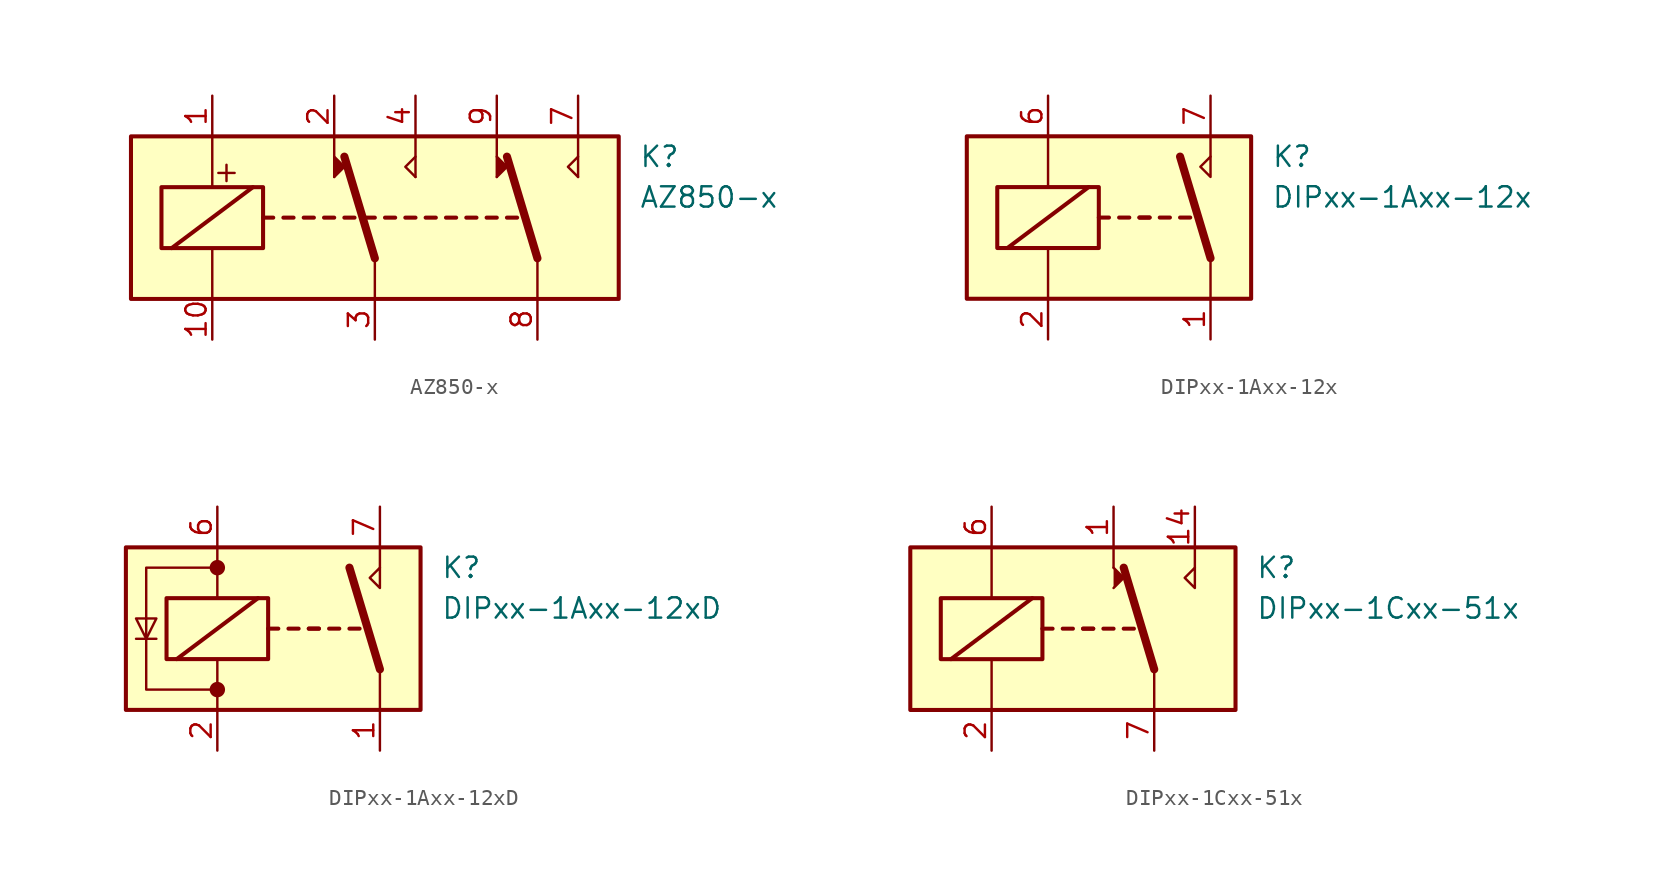
<source format=kicad_sym>
(kicad_symbol_lib
  (version 20201005)
  (generator kicad_symbol_editor)
  (symbol "AZ850-x"
    (pin_names
      (offset 1.016))
    (property "Reference" "K"
      (at 16.51 3.81 0)
      (effects (font (size 1.27 1.27)) (justify left)))
    (property "Value" "AZ850-x"
      (at 16.51 1.27 0)
      (effects (font (size 1.27 1.27)) (justify left)))
    (symbol "AZ850-x_0_1"
      (rectangle (start -15.24 5.08) (end 15.24 -5.08) (stroke (width 0.254)) (fill (type background)))
      (rectangle (start -13.335 1.905) (end -6.985 -1.905) (stroke (width 0.254)) (fill (type none)))
      (polyline (pts (xy -12.7 -1.905) (xy -7.62 1.905)) (stroke (width 0.254)) (fill (type none)))
      (polyline (pts (xy -10.16 -5.08) (xy -10.16 -1.905)) (stroke (width 0)) (fill (type none)))
      (polyline (pts (xy -10.16 5.08) (xy -10.16 1.905)) (stroke (width 0)) (fill (type none)))
      (polyline (pts (xy -9.779 2.794) (xy -8.763 2.794)) (stroke (width 0)) (fill (type none)))
      (polyline (pts (xy -9.271 3.302) (xy -9.271 2.286)) (stroke (width 0)) (fill (type none)))
      (polyline (pts (xy -6.985 0) (xy -6.35 0)) (stroke (width 0.254)) (fill (type none)))
      (polyline (pts (xy -5.715 0) (xy -5.08 0)) (stroke (width 0.254)) (fill (type none)))
      (polyline (pts (xy -4.445 0) (xy -3.81 0)) (stroke (width 0.254)) (fill (type none)))
      (polyline (pts (xy -3.175 0) (xy -2.54 0)) (stroke (width 0.254)) (fill (type none)))
      (polyline (pts (xy -2.54 2.54) (xy -2.54 5.08)) (stroke (width 0)) (fill (type none)))
      (polyline (pts (xy -1.905 0) (xy -1.27 0)) (stroke (width 0.254)) (fill (type none)))
      (polyline (pts (xy -0.635 0) (xy 0 0)) (stroke (width 0.254)) (fill (type none)))
      (polyline (pts (xy 0 -2.54) (xy -1.905 3.81)) (stroke (width 0.508)) (fill (type none)))
      (polyline (pts (xy 0 -2.54) (xy 0 -5.08)) (stroke (width 0)) (fill (type none)))
      (polyline (pts (xy 0.635 0) (xy 1.27 0)) (stroke (width 0.254)) (fill (type none)))
      (polyline (pts (xy 1.905 0) (xy 2.54 0)) (stroke (width 0.254)) (fill (type none)))
      (polyline (pts (xy 2.54 2.54) (xy 2.54 5.08)) (stroke (width 0)) (fill (type none)))
      (polyline (pts (xy 3.175 0) (xy 3.81 0)) (stroke (width 0.254)) (fill (type none)))
      (polyline (pts (xy 4.445 0) (xy 5.08 0)) (stroke (width 0.254)) (fill (type none)))
      (polyline (pts (xy 5.715 0) (xy 6.35 0)) (stroke (width 0.254)) (fill (type none)))
      (polyline (pts (xy 6.985 0) (xy 7.62 0)) (stroke (width 0.254)) (fill (type none)))
      (polyline (pts (xy 7.62 2.54) (xy 7.62 5.08)) (stroke (width 0)) (fill (type none)))
      (polyline (pts (xy 8.255 0) (xy 8.89 0)) (stroke (width 0.254)) (fill (type none)))
      (polyline (pts (xy 10.16 -2.54) (xy 8.255 3.81)) (stroke (width 0.508)) (fill (type none)))
      (polyline (pts (xy 10.16 -2.54) (xy 10.16 -5.08)) (stroke (width 0)) (fill (type none)))
      (polyline (pts (xy 12.7 2.54) (xy 12.7 5.08)) (stroke (width 0)) (fill (type none)))
      (polyline (pts (xy -2.54 2.54) (xy -1.905 3.175) (xy -2.54 3.81)) (stroke (width 0)) (fill (type outline)))
      (polyline (pts (xy 2.54 2.54) (xy 1.905 3.175) (xy 2.54 3.81)) (stroke (width 0)) (fill (type none)))
      (polyline (pts (xy 7.62 2.54) (xy 8.255 3.175) (xy 7.62 3.81)) (stroke (width 0)) (fill (type outline)))
      (polyline (pts (xy 12.7 2.54) (xy 12.065 3.175) (xy 12.7 3.81)) (stroke (width 0)) (fill (type none))))
    (symbol "AZ850-x_1_1"
      (pin passive line (at -10.16 7.62 270) (length 2.54) (name "~" (effects (font (size 1.27 1.27)))) (number "1" (effects (font (size 1.27 1.27)))))
      (pin passive line (at -10.16 -7.62 90) (length 2.54) (name "~" (effects (font (size 1.27 1.27)))) (number "10" (effects (font (size 1.27 1.27)))))
      (pin passive line (at -2.54 7.62 270) (length 2.54) (name "~" (effects (font (size 1.27 1.27)))) (number "2" (effects (font (size 1.27 1.27)))))
      (pin passive line (at 0 -7.62 90) (length 2.54) (name "~" (effects (font (size 1.27 1.27)))) (number "3" (effects (font (size 1.27 1.27)))))
      (pin passive line (at 2.54 7.62 270) (length 2.54) (name "~" (effects (font (size 1.27 1.27)))) (number "4" (effects (font (size 1.27 1.27)))))
      (pin passive line (at 12.7 7.62 270) (length 2.54) (name "~" (effects (font (size 1.27 1.27)))) (number "7" (effects (font (size 1.27 1.27)))))
      (pin passive line (at 10.16 -7.62 90) (length 2.54) (name "~" (effects (font (size 1.27 1.27)))) (number "8" (effects (font (size 1.27 1.27)))))
      (pin passive line (at 7.62 7.62 270) (length 2.54) (name "~" (effects (font (size 1.27 1.27)))) (number "9" (effects (font (size 1.27 1.27)))))))
  (symbol "DIPxx-1Axx-12x"
    (pin_names
      (offset 1.016))
    (property "Reference" "K"
      (at 8.89 3.81 0)
      (effects (font (size 1.27 1.27)) (justify left)))
    (property "Value" "DIPxx-1Axx-12x"
      (at 8.89 1.27 0)
      (effects (font (size 1.27 1.27)) (justify left)))
    (symbol "DIPxx-1Axx-12x_0_0"
      (polyline (pts (xy 5.08 3.81) (xy 5.08 5.08)) (stroke (width 0)) (fill (type none)))
      (polyline (pts (xy 5.08 3.81) (xy 5.08 2.54) (xy 4.445 3.175) (xy 5.08 3.81)) (stroke (width 0)) (fill (type none))))
    (symbol "DIPxx-1Axx-12x_0_1"
      (rectangle (start -10.16 5.08) (end 7.62 -5.08) (stroke (width 0.254)) (fill (type background)))
      (rectangle (start -8.255 1.905) (end -1.905 -1.905) (stroke (width 0.254)) (fill (type none)))
      (polyline (pts (xy -7.62 -1.905) (xy -2.54 1.905)) (stroke (width 0.254)) (fill (type none)))
      (polyline (pts (xy -5.08 -5.08) (xy -5.08 -1.905)) (stroke (width 0)) (fill (type none)))
      (polyline (pts (xy -5.08 5.08) (xy -5.08 1.905)) (stroke (width 0)) (fill (type none)))
      (polyline (pts (xy -1.905 0) (xy -1.27 0)) (stroke (width 0.254)) (fill (type none)))
      (polyline (pts (xy -0.635 0) (xy 0 0)) (stroke (width 0.254)) (fill (type none)))
      (polyline (pts (xy 0.635 0) (xy 1.27 0)) (stroke (width 0.254)) (fill (type none)))
      (polyline (pts (xy 0.635 0) (xy 1.27 0)) (stroke (width 0.254)) (fill (type none)))
      (polyline (pts (xy 1.905 0) (xy 2.54 0)) (stroke (width 0.254)) (fill (type none)))
      (polyline (pts (xy 3.175 0) (xy 3.81 0)) (stroke (width 0.254)) (fill (type none)))
      (polyline (pts (xy 5.08 -2.54) (xy 3.175 3.81)) (stroke (width 0.508)) (fill (type none)))
      (polyline (pts (xy 5.08 -2.54) (xy 5.08 -5.08)) (stroke (width 0)) (fill (type none))))
    (symbol "DIPxx-1Axx-12x_1_1"
      (pin passive line (at 5.08 -7.62 90) (length 2.54) (name "~" (effects (font (size 1.27 1.27)))) (number "1" (effects (font (size 1.27 1.27)))))
      (pin passive line (at -5.08 -7.62 90) (length 2.54) hide (name "~" (effects (font (size 1.27 1.27)))) (number "13" (effects (font (size 1.27 1.27)))))
      (pin passive line (at 5.08 -7.62 90) (length 2.54) hide (name "~" (effects (font (size 1.27 1.27)))) (number "14" (effects (font (size 1.27 1.27)))))
      (pin passive line (at -5.08 -7.62 90) (length 2.54) (name "~" (effects (font (size 1.27 1.27)))) (number "2" (effects (font (size 1.27 1.27)))))
      (pin passive line (at -5.08 7.62 270) (length 2.54) (name "~" (effects (font (size 1.27 1.27)))) (number "6" (effects (font (size 1.27 1.27)))))
      (pin passive line (at 5.08 7.62 270) (length 2.54) (name "~" (effects (font (size 1.27 1.27)))) (number "7" (effects (font (size 1.27 1.27)))))
      (pin passive line (at 5.08 7.62 270) (length 2.54) hide (name "~" (effects (font (size 1.27 1.27)))) (number "8" (effects (font (size 1.27 1.27)))))))
  (symbol "DIPxx-1Axx-12xD"
    (pin_names
      (offset 1.016))
    (property "Reference" "K"
      (at 8.89 3.81 0)
      (effects (font (size 1.27 1.27)) (justify left)))
    (property "Value" "DIPxx-1Axx-12xD"
      (at 8.89 1.27 0)
      (effects (font (size 1.27 1.27)) (justify left)))
    (symbol "DIPxx-1Axx-12xD_0_0"
      (polyline (pts (xy 5.08 3.81) (xy 5.08 5.08)) (stroke (width 0)) (fill (type none)))
      (polyline (pts (xy 5.08 3.81) (xy 5.08 2.54) (xy 4.445 3.175) (xy 5.08 3.81)) (stroke (width 0)) (fill (type none))))
    (symbol "DIPxx-1Axx-12xD_0_1"
      (circle (center -5.08 -3.81) (radius 0.406) (stroke (width 0)) (fill (type outline)))
      (circle (center -5.08 3.81) (radius 0.406) (stroke (width 0)) (fill (type outline)))
      (rectangle (start -10.795 5.08) (end 7.62 -5.08) (stroke (width 0.254)) (fill (type background)))
      (rectangle (start -8.255 1.905) (end -1.905 -1.905) (stroke (width 0.254)) (fill (type none)))
      (polyline (pts (xy -10.16 -0.635) (xy -8.89 -0.635)) (stroke (width 0)) (fill (type none)))
      (polyline (pts (xy -7.62 -1.905) (xy -2.54 1.905)) (stroke (width 0.254)) (fill (type none)))
      (polyline (pts (xy -5.08 -5.08) (xy -5.08 -1.905)) (stroke (width 0)) (fill (type none)))
      (polyline (pts (xy -5.08 5.08) (xy -5.08 1.905)) (stroke (width 0)) (fill (type none)))
      (polyline (pts (xy -1.905 0) (xy -1.27 0)) (stroke (width 0.254)) (fill (type none)))
      (polyline (pts (xy -0.635 0) (xy 0 0)) (stroke (width 0.254)) (fill (type none)))
      (polyline (pts (xy 0.635 0) (xy 1.27 0)) (stroke (width 0.254)) (fill (type none)))
      (polyline (pts (xy 0.635 0) (xy 1.27 0)) (stroke (width 0.254)) (fill (type none)))
      (polyline (pts (xy 1.905 0) (xy 2.54 0)) (stroke (width 0.254)) (fill (type none)))
      (polyline (pts (xy 3.175 0) (xy 3.81 0)) (stroke (width 0.254)) (fill (type none)))
      (polyline (pts (xy 5.08 -2.54) (xy 3.175 3.81)) (stroke (width 0.508)) (fill (type none)))
      (polyline (pts (xy 5.08 -2.54) (xy 5.08 -5.08)) (stroke (width 0)) (fill (type none)))
      (polyline (pts (xy -9.525 -0.635) (xy -8.89 0.635) (xy -10.16 0.635) (xy -9.525 -0.635)) (stroke (width 0)) (fill (type none)))
      (polyline (pts (xy -5.08 -3.81) (xy -9.525 -3.81) (xy -9.525 3.81) (xy -5.08 3.81)) (stroke (width 0)) (fill (type none))))
    (symbol "DIPxx-1Axx-12xD_1_1"
      (pin passive line (at 5.08 -7.62 90) (length 2.54) (name "~" (effects (font (size 1.27 1.27)))) (number "1" (effects (font (size 1.27 1.27)))))
      (pin passive line (at -5.08 -7.62 90) (length 2.54) hide (name "~" (effects (font (size 1.27 1.27)))) (number "13" (effects (font (size 1.27 1.27)))))
      (pin passive line (at 5.08 -7.62 90) (length 2.54) hide (name "~" (effects (font (size 1.27 1.27)))) (number "14" (effects (font (size 1.27 1.27)))))
      (pin passive line (at -5.08 -7.62 90) (length 2.54) (name "~" (effects (font (size 1.27 1.27)))) (number "2" (effects (font (size 1.27 1.27)))))
      (pin passive line (at -5.08 7.62 270) (length 2.54) (name "~" (effects (font (size 1.27 1.27)))) (number "6" (effects (font (size 1.27 1.27)))))
      (pin passive line (at 5.08 7.62 270) (length 2.54) (name "~" (effects (font (size 1.27 1.27)))) (number "7" (effects (font (size 1.27 1.27)))))
      (pin passive line (at 5.08 7.62 270) (length 2.54) hide (name "~" (effects (font (size 1.27 1.27)))) (number "8" (effects (font (size 1.27 1.27)))))))
  (symbol "DIPxx-1Cxx-51x"
    (pin_names
      (offset 1.016))
    (property "Reference" "K"
      (at 11.43 3.81 0)
      (effects (font (size 1.27 1.27)) (justify left)))
    (property "Value" "DIPxx-1Cxx-51x"
      (at 11.43 1.27 0)
      (effects (font (size 1.27 1.27)) (justify left)))
    (symbol "DIPxx-1Cxx-51x_0_0"
      (polyline (pts (xy 2.54 3.81) (xy 2.54 5.08)) (stroke (width 0)) (fill (type none)))
      (polyline (pts (xy 7.62 3.81) (xy 7.62 5.08)) (stroke (width 0)) (fill (type none)))
      (polyline (pts (xy 7.62 3.81) (xy 7.62 2.54) (xy 6.985 3.175) (xy 7.62 3.81)) (stroke (width 0)) (fill (type none))))
    (symbol "DIPxx-1Cxx-51x_0_1"
      (rectangle (start -10.16 5.08) (end 10.16 -5.08) (stroke (width 0.254)) (fill (type background)))
      (rectangle (start -8.255 1.905) (end -1.905 -1.905) (stroke (width 0.254)) (fill (type none)))
      (polyline (pts (xy -7.62 -1.905) (xy -2.54 1.905)) (stroke (width 0.254)) (fill (type none)))
      (polyline (pts (xy -5.08 -5.08) (xy -5.08 -1.905)) (stroke (width 0)) (fill (type none)))
      (polyline (pts (xy -5.08 5.08) (xy -5.08 1.905)) (stroke (width 0)) (fill (type none)))
      (polyline (pts (xy -1.905 0) (xy -1.27 0)) (stroke (width 0.254)) (fill (type none)))
      (polyline (pts (xy -0.635 0) (xy 0 0)) (stroke (width 0.254)) (fill (type none)))
      (polyline (pts (xy 0.635 0) (xy 1.27 0)) (stroke (width 0.254)) (fill (type none)))
      (polyline (pts (xy 0.635 0) (xy 1.27 0)) (stroke (width 0.254)) (fill (type none)))
      (polyline (pts (xy 1.905 0) (xy 2.54 0)) (stroke (width 0.254)) (fill (type none)))
      (polyline (pts (xy 3.175 0) (xy 3.81 0)) (stroke (width 0.254)) (fill (type none)))
      (polyline (pts (xy 5.08 -2.54) (xy 3.175 3.81)) (stroke (width 0.508)) (fill (type none)))
      (polyline (pts (xy 5.08 -2.54) (xy 5.08 -5.08)) (stroke (width 0)) (fill (type none)))
      (polyline (pts (xy 2.54 2.54) (xy 3.175 3.175) (xy 2.54 3.81)) (stroke (width 0)) (fill (type outline))))
    (symbol "DIPxx-1Cxx-51x_1_1"
      (pin passive line (at 2.54 7.62 270) (length 2.54) (name "~" (effects (font (size 1.27 1.27)))) (number "1" (effects (font (size 1.27 1.27)))))
      (pin passive line (at 7.62 7.62 270) (length 2.54) (name "~" (effects (font (size 1.27 1.27)))) (number "14" (effects (font (size 1.27 1.27)))))
      (pin passive line (at -5.08 -7.62 90) (length 2.54) (name "~" (effects (font (size 1.27 1.27)))) (number "2" (effects (font (size 1.27 1.27)))))
      (pin passive line (at -5.08 7.62 270) (length 2.54) (name "~" (effects (font (size 1.27 1.27)))) (number "6" (effects (font (size 1.27 1.27)))))
      (pin passive line (at 5.08 -7.62 90) (length 2.54) (name "~" (effects (font (size 1.27 1.27)))) (number "7" (effects (font (size 1.27 1.27)))))
      (pin passive line (at 5.08 -7.62 90) (length 2.54) hide (name "~" (effects (font (size 1.27 1.27)))) (number "8" (effects (font (size 1.27 1.27))))))))
</source>
